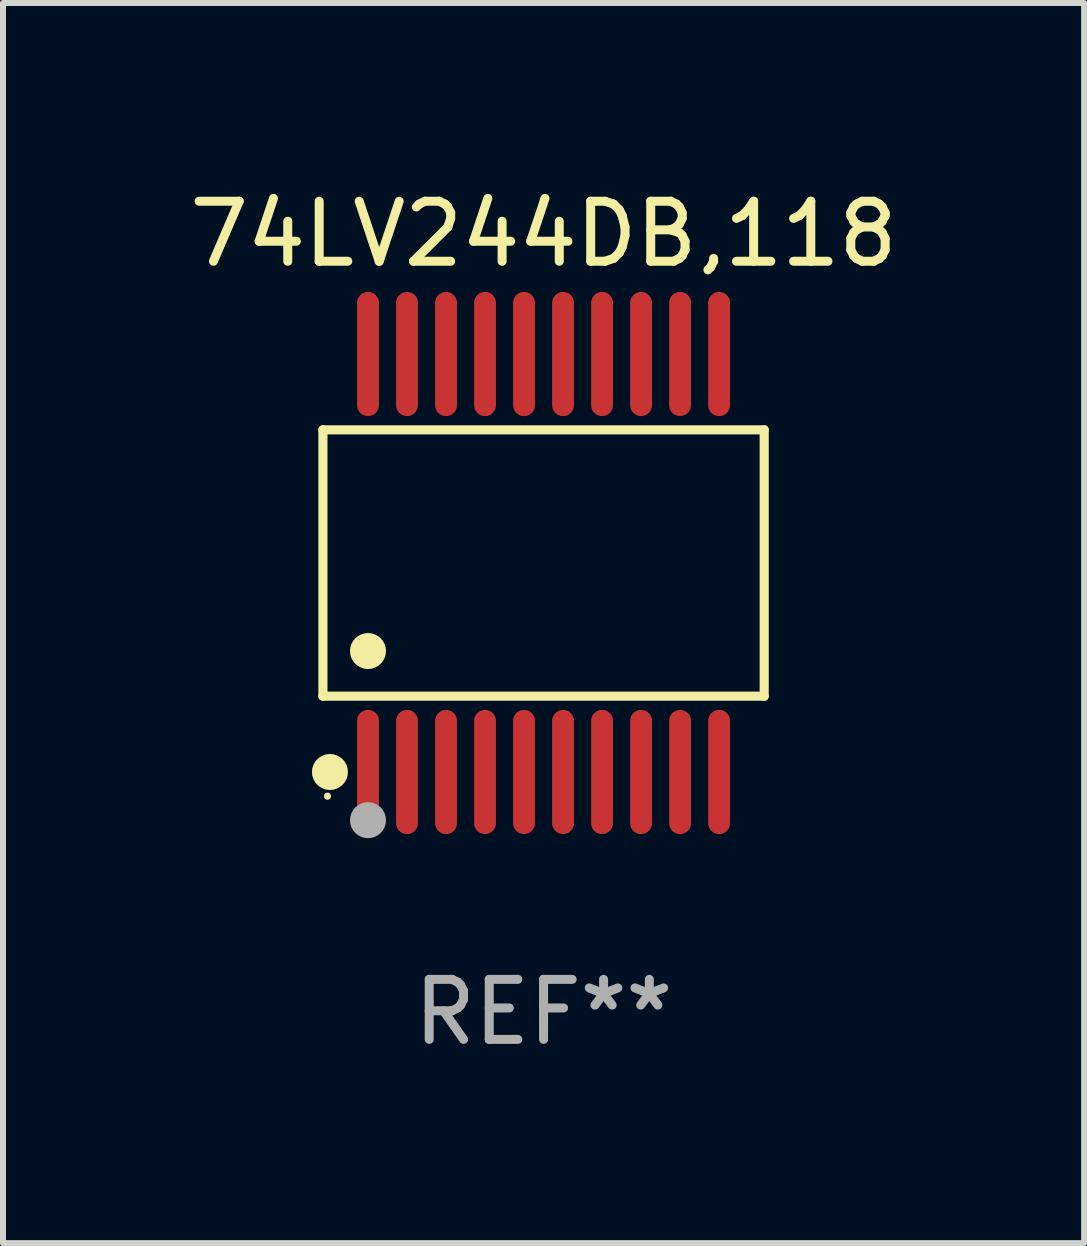
<source format=kicad_pcb>
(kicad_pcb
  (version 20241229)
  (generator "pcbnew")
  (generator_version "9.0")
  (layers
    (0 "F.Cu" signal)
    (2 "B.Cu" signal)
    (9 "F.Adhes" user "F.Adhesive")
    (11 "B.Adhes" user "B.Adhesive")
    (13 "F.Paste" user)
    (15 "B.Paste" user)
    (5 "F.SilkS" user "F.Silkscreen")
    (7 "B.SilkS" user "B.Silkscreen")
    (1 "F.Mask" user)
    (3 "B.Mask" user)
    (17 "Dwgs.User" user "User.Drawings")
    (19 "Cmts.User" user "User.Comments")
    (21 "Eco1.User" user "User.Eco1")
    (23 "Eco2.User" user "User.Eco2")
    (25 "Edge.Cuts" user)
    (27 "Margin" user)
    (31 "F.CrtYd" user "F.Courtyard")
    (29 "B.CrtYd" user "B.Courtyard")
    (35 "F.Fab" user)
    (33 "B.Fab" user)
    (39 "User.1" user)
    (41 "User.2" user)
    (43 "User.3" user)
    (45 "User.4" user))
  (footprint "74LV244DB,118"
    (layer "F.Cu")
    (at 6.006 6.33)
    (property "Reference" "74LV244DB,118" (at 0 -5.482 0) (layer "F.SilkS") (effects (font (size 1 1) (thickness 0.15))))
    (attr through_hole)
    (fp_line (start -3.676 -2.219) (end 3.676 -2.219) (stroke (width 0.152) (type solid)) (layer "F.SilkS"))
    (fp_line (start -3.676 2.219) (end -3.676 -2.219) (stroke (width 0.152) (type solid)) (layer "F.SilkS"))
    (fp_line (start 3.676 -2.219) (end 3.676 2.219) (stroke (width 0.152) (type solid)) (layer "F.SilkS"))
    (fp_line (start 3.676 2.219) (end -3.676 2.219) (stroke (width 0.152) (type solid)) (layer "F.SilkS"))
    (fp_circle (center -3.6 3.885) (end -3.57 3.885) (stroke (width 0.06) (type solid)) (fill no) (layer "F.SilkS"))
    (fp_circle (center -3.559 3.482) (end -3.409 3.482) (stroke (width 0.3) (type solid)) (fill no) (layer "F.SilkS"))
    (fp_circle (center -2.925 1.467) (end -2.775 1.467) (stroke (width 0.3) (type solid)) (fill no) (layer "F.SilkS"))
    (fp_circle (center -2.925 4.285) (end -2.775 4.285) (stroke (width 0.3) (type solid)) (fill no) (layer "F.Fab"))
    (fp_text user "REF**" (at 0 7.482 0) (layer "F.Fab") (effects (font (size 1 1) (thickness 0.15))))
    (pad "1" smd oval (at -2.925 3.482) (size 0.364 2.069) (layers "F.Cu" "F.Mask" "F.Paste"))
    (pad "2" smd oval (at -2.275 3.482) (size 0.364 2.069) (layers "F.Cu" "F.Mask" "F.Paste"))
    (pad "3" smd oval (at -1.625 3.482) (size 0.364 2.069) (layers "F.Cu" "F.Mask" "F.Paste"))
    (pad "4" smd oval (at -0.975 3.482) (size 0.364 2.069) (layers "F.Cu" "F.Mask" "F.Paste"))
    (pad "5" smd oval (at -0.325 3.482) (size 0.364 2.069) (layers "F.Cu" "F.Mask" "F.Paste"))
    (pad "6" smd oval (at 0.325 3.482) (size 0.364 2.069) (layers "F.Cu" "F.Mask" "F.Paste"))
    (pad "7" smd oval (at 0.975 3.482) (size 0.364 2.069) (layers "F.Cu" "F.Mask" "F.Paste"))
    (pad "8" smd oval (at 1.625 3.482) (size 0.364 2.069) (layers "F.Cu" "F.Mask" "F.Paste"))
    (pad "9" smd oval (at 2.275 3.482) (size 0.364 2.069) (layers "F.Cu" "F.Mask" "F.Paste"))
    (pad "10" smd oval (at 2.925 3.482) (size 0.364 2.069) (layers "F.Cu" "F.Mask" "F.Paste"))
    (pad "11" smd oval (at 2.925 -3.482) (size 0.364 2.069) (layers "F.Cu" "F.Mask" "F.Paste"))
    (pad "12" smd oval (at 2.275 -3.482) (size 0.364 2.069) (layers "F.Cu" "F.Mask" "F.Paste"))
    (pad "13" smd oval (at 1.625 -3.482) (size 0.364 2.069) (layers "F.Cu" "F.Mask" "F.Paste"))
    (pad "14" smd oval (at 0.975 -3.482) (size 0.364 2.069) (layers "F.Cu" "F.Mask" "F.Paste"))
    (pad "15" smd oval (at 0.325 -3.482) (size 0.364 2.069) (layers "F.Cu" "F.Mask" "F.Paste"))
    (pad "16" smd oval (at -0.325 -3.482) (size 0.364 2.069) (layers "F.Cu" "F.Mask" "F.Paste"))
    (pad "17" smd oval (at -0.975 -3.482) (size 0.364 2.069) (layers "F.Cu" "F.Mask" "F.Paste"))
    (pad "18" smd oval (at -1.625 -3.482) (size 0.364 2.069) (layers "F.Cu" "F.Mask" "F.Paste"))
    (pad "19" smd oval (at -2.275 -3.482) (size 0.364 2.069) (layers "F.Cu" "F.Mask" "F.Paste"))
    (pad "20" smd oval (at -2.925 -3.482) (size 0.364 2.069) (layers "F.Cu" "F.Mask" "F.Paste")))
  (gr_rect
    (start -3 -3)
    (end 15.012 17.661)
    (stroke (width 0.1) (type default))
    (fill no)
    (layer "Edge.Cuts")))
</source>
